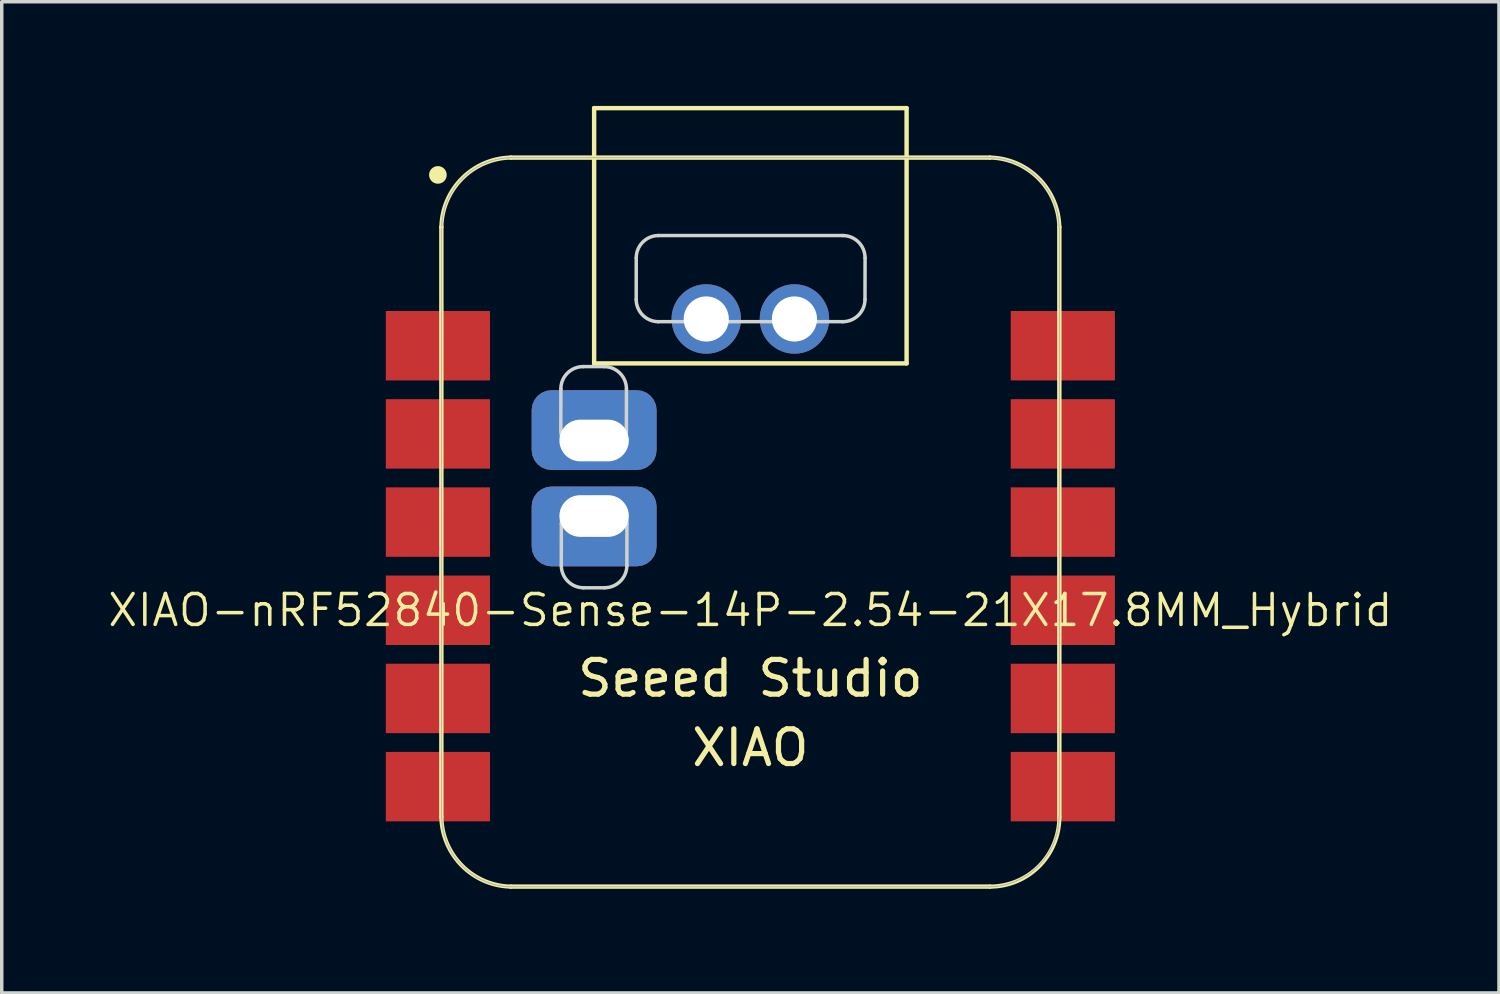
<source format=kicad_pcb>
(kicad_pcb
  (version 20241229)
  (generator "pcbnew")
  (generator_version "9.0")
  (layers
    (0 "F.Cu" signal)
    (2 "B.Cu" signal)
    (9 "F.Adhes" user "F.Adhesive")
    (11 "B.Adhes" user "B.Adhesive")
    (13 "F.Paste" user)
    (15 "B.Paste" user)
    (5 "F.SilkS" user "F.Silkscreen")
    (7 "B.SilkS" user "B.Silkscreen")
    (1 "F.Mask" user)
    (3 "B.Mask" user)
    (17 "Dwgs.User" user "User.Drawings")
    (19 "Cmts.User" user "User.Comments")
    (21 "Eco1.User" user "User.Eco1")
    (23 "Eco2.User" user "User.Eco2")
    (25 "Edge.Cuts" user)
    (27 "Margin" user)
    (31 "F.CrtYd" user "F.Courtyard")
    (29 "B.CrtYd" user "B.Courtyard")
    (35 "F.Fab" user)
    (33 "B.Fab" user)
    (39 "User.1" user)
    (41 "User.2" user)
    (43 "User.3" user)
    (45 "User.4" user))
  (footprint "XIAO-nRF52840-Sense-14P-2.54-21X17.8MM_Hybrid"
    (layer "F.Cu")
    (at 18.563 11.988)
    (property "Reference" "XIAO-nRF52840-Sense-14P-2.54-21X17.8MM_Hybrid" (at 0 2.54 0) (layer "F.SilkS") (effects (font (size 0.889 0.889) (thickness 0.102))))
    (attr smd)
    (fp_line (start -8.9 -8.5) (end -8.9 8.5) (stroke (width 0.127) (type solid)) (layer "F.SilkS"))
    (fp_line (start -6.9 10.5) (end 6.9 10.5) (stroke (width 0.127) (type solid)) (layer "F.SilkS"))
    (fp_line (start -4.5 -11.924) (end 4.5 -11.924) (stroke (width 0.127) (type solid)) (layer "F.SilkS"))
    (fp_line (start -4.5 -4.571) (end -4.5 -11.924) (stroke (width 0.127) (type solid)) (layer "F.SilkS"))
    (fp_line (start 4.5 -11.924) (end 4.5 -4.571) (stroke (width 0.127) (type solid)) (layer "F.SilkS"))
    (fp_line (start 4.5 -4.571) (end -4.5 -4.571) (stroke (width 0.127) (type solid)) (layer "F.SilkS"))
    (fp_line (start 6.9 -10.499) (end -6.9 -10.499) (stroke (width 0.127) (type solid)) (layer "F.SilkS"))
    (fp_line (start 8.9 8.5) (end 8.9 -8.5) (stroke (width 0.127) (type solid)) (layer "F.SilkS"))
    (fp_arc (start -8.9 -8.5) (mid -8.301491 -9.901491) (end -6.9 -10.5) (stroke (width 0.12) (type solid)) (layer "F.SilkS"))
    (fp_arc (start -6.9 10.5) (mid -8.301423 9.901423) (end -8.9 8.5) (stroke (width 0.12) (type solid)) (layer "F.SilkS"))
    (fp_arc (start 6.9 -10.5) (mid 8.301491 -9.901491) (end 8.9 -8.5) (stroke (width 0.12) (type solid)) (layer "F.SilkS"))
    (fp_arc (start 8.9 8.5) (mid 8.314214 9.914214) (end 6.9 10.5) (stroke (width 0.12) (type solid)) (layer "F.SilkS"))
    (fp_circle (center -9 -10) (end -9 -10.254) (stroke (width 0) (type solid)) (fill yes) (layer "F.SilkS"))
    (fp_poly (pts (xy -8.888 -8.562) (xy -8.885 -8.61) (xy -8.881 -8.659)) (stroke (width 0.025) (type solid)) (fill no) (layer "F.SilkS"))
    (fp_poly (pts (xy 8.889 8.522) (xy 8.888 8.571) (xy 8.885 8.62) (xy 8.881 8.669) (xy 8.875 8.717) (xy 8.869 8.766) (xy 8.861 8.815) (xy 8.852 8.863) (xy 8.842 8.911)) (stroke (width 0.025) (type solid)) (fill no) (layer "F.SilkS"))
    (fp_line (start -5.458 -3.835) (end -5.46 -2.64) (stroke (width 0.1) (type default)) (layer "Edge.Cuts"))
    (fp_line (start -5.445 0.054) (end -5.446 1.248) (stroke (width 0.1) (type default)) (layer "Edge.Cuts"))
    (fp_line (start -4.816 -1.996) (end -4.214 -1.996) (stroke (width 0.1) (type default)) (layer "Edge.Cuts"))
    (fp_line (start -4.815 -4.478) (end -4.213 -4.478) (stroke (width 0.1) (type default)) (layer "Edge.Cuts"))
    (fp_line (start -4.803 1.892) (end -4.2 1.892) (stroke (width 0.1) (type default)) (layer "Edge.Cuts"))
    (fp_line (start -4.801 -0.59) (end -4.199 -0.59) (stroke (width 0.1) (type default)) (layer "Edge.Cuts"))
    (fp_line (start -3.571 -2.64) (end -3.569 -3.835) (stroke (width 0.1) (type default)) (layer "Edge.Cuts"))
    (fp_line (start -3.557 1.248) (end -3.555 0.054) (stroke (width 0.1) (type default)) (layer "Edge.Cuts"))
    (fp_line (start -3.287 -7.61) (end -3.288 -6.415) (stroke (width 0.1) (type default)) (layer "Edge.Cuts"))
    (fp_line (start -2.645 -5.772) (end 2.658 -5.772) (stroke (width 0.1) (type default)) (layer "Edge.Cuts"))
    (fp_line (start -2.643 -8.254) (end 2.66 -8.254) (stroke (width 0.1) (type default)) (layer "Edge.Cuts"))
    (fp_line (start 3.302 -6.415) (end 3.304 -7.61) (stroke (width 0.1) (type default)) (layer "Edge.Cuts"))
    (fp_arc (start -5.458479 -3.834973) (mid -5.270001 -4.290001) (end -4.814973 -4.478479) (stroke (width 0.1) (type default)) (layer "Edge.Cuts"))
    (fp_arc (start -5.44462 0.053506) (mid -5.256142 -0.401522) (end -4.801114 -0.59) (stroke (width 0.1) (type default)) (layer "Edge.Cuts"))
    (fp_arc (start -4.816494 -1.996494) (mid -5.271522 -2.184972) (end -5.46 -2.64) (stroke (width 0.1) (type default)) (layer "Edge.Cuts"))
    (fp_arc (start -4.802635 1.891985) (mid -5.257663 1.703507) (end -5.446141 1.248479) (stroke (width 0.1) (type default)) (layer "Edge.Cuts"))
    (fp_arc (start -4.212745 -4.478479) (mid -3.757717 -4.290001) (end -3.569239 -3.834973) (stroke (width 0.1) (type default)) (layer "Edge.Cuts"))
    (fp_arc (start -4.198886 -0.59) (mid -3.743858 -0.401522) (end -3.55538 0.053506) (stroke (width 0.1) (type default)) (layer "Edge.Cuts"))
    (fp_arc (start -3.57076 -2.64) (mid -3.759238 -2.184972) (end -4.214266 -1.996494) (stroke (width 0.1) (type default)) (layer "Edge.Cuts"))
    (fp_arc (start -3.556901 1.248479) (mid -3.745379 1.703507) (end -4.200407 1.891985) (stroke (width 0.1) (type default)) (layer "Edge.Cuts"))
    (fp_arc (start -3.286957 -7.610001) (mid -3.098479 -8.065029) (end -2.643451 -8.253507) (stroke (width 0.1) (type default)) (layer "Edge.Cuts"))
    (fp_arc (start -2.644972 -5.771522) (mid -3.1 -5.96) (end -3.288478 -6.415028) (stroke (width 0.1) (type default)) (layer "Edge.Cuts"))
    (fp_arc (start 2.659999 -8.253507) (mid 3.115027 -8.065029) (end 3.303505 -7.610001) (stroke (width 0.1) (type default)) (layer "Edge.Cuts"))
    (fp_arc (start 3.301984 -6.415028) (mid 3.113506 -5.96) (end 2.658478 -5.771522) (stroke (width 0.1) (type default)) (layer "Edge.Cuts"))
    (fp_line (start -8.9 -8.463) (end -8.9 8.473) (stroke (width 0.025) (type solid)) (layer "F.Fab"))
    (fp_line (start -8.89 8.473) (end -8.889 8.522) (stroke (width 0.025) (type solid)) (layer "F.Fab"))
    (fp_line (start -8.889 8.522) (end -8.888 8.571) (stroke (width 0.025) (type solid)) (layer "F.Fab"))
    (fp_line (start -8.888 -8.562) (end -8.889 -8.512) (stroke (width 0.025) (type solid)) (layer "F.Fab"))
    (fp_line (start -8.888 8.571) (end -8.885 8.62) (stroke (width 0.025) (type solid)) (layer "F.Fab"))
    (fp_line (start -8.885 -8.61) (end -8.888 -8.562) (stroke (width 0.025) (type solid)) (layer "F.Fab"))
    (fp_line (start -8.885 8.62) (end -8.881 8.669) (stroke (width 0.025) (type solid)) (layer "F.Fab"))
    (fp_line (start -8.881 -8.659) (end -8.885 -8.61) (stroke (width 0.025) (type solid)) (layer "F.Fab"))
    (fp_line (start -8.881 8.669) (end -8.875 8.717) (stroke (width 0.025) (type solid)) (layer "F.Fab"))
    (fp_line (start -8.875 -8.708) (end -8.881 -8.659) (stroke (width 0.025) (type solid)) (layer "F.Fab"))
    (fp_line (start -8.875 8.717) (end -8.869 8.766) (stroke (width 0.025) (type solid)) (layer "F.Fab"))
    (fp_line (start -8.869 -8.757) (end -8.875 -8.708) (stroke (width 0.025) (type solid)) (layer "F.Fab"))
    (fp_line (start -8.869 8.766) (end -8.861 8.815) (stroke (width 0.025) (type solid)) (layer "F.Fab"))
    (fp_line (start -8.861 -8.806) (end -8.869 -8.757) (stroke (width 0.025) (type solid)) (layer "F.Fab"))
    (fp_line (start -8.861 8.815) (end -8.852 8.863) (stroke (width 0.025) (type solid)) (layer "F.Fab"))
    (fp_line (start -8.852 -8.854) (end -8.861 -8.806) (stroke (width 0.025) (type solid)) (layer "F.Fab"))
    (fp_line (start -8.852 8.863) (end -8.842 8.911) (stroke (width 0.025) (type solid)) (layer "F.Fab"))
    (fp_line (start -8.842 -8.902) (end -8.852 -8.854) (stroke (width 0.025) (type solid)) (layer "F.Fab"))
    (fp_line (start -8.842 8.911) (end -8.831 8.959) (stroke (width 0.025) (type solid)) (layer "F.Fab"))
    (fp_line (start -8.831 -8.95) (end -8.842 -8.902) (stroke (width 0.025) (type solid)) (layer "F.Fab"))
    (fp_line (start -8.831 8.959) (end -8.819 9.006) (stroke (width 0.025) (type solid)) (layer "F.Fab"))
    (fp_line (start -8.819 -8.997) (end -8.831 -8.95) (stroke (width 0.025) (type solid)) (layer "F.Fab"))
    (fp_line (start -8.819 9.006) (end -8.805 9.054) (stroke (width 0.025) (type solid)) (layer "F.Fab"))
    (fp_line (start -8.805 -9.045) (end -8.819 -8.997) (stroke (width 0.025) (type solid)) (layer "F.Fab"))
    (fp_line (start -8.805 9.054) (end -8.79 9.1) (stroke (width 0.025) (type solid)) (layer "F.Fab"))
    (fp_line (start -8.79 -9.091) (end -8.805 -9.045) (stroke (width 0.025) (type solid)) (layer "F.Fab"))
    (fp_line (start -8.79 9.1) (end -8.775 9.147) (stroke (width 0.025) (type solid)) (layer "F.Fab"))
    (fp_line (start -8.775 -9.138) (end -8.79 -9.091) (stroke (width 0.025) (type solid)) (layer "F.Fab"))
    (fp_line (start -8.775 9.147) (end -8.758 9.193) (stroke (width 0.025) (type solid)) (layer "F.Fab"))
    (fp_line (start -8.758 -9.184) (end -8.775 -9.138) (stroke (width 0.025) (type solid)) (layer "F.Fab"))
    (fp_line (start -8.758 9.193) (end -8.74 9.239) (stroke (width 0.025) (type solid)) (layer "F.Fab"))
    (fp_line (start -8.74 -9.23) (end -8.758 -9.184) (stroke (width 0.025) (type solid)) (layer "F.Fab"))
    (fp_line (start -8.74 9.239) (end -8.721 9.284) (stroke (width 0.025) (type solid)) (layer "F.Fab"))
    (fp_line (start -8.721 -9.275) (end -8.74 -9.23) (stroke (width 0.025) (type solid)) (layer "F.Fab"))
    (fp_line (start -8.721 9.284) (end -8.701 9.329) (stroke (width 0.025) (type solid)) (layer "F.Fab"))
    (fp_line (start -8.701 -9.32) (end -8.721 -9.275) (stroke (width 0.025) (type solid)) (layer "F.Fab"))
    (fp_line (start -8.701 9.329) (end -8.679 9.373) (stroke (width 0.025) (type solid)) (layer "F.Fab"))
    (fp_line (start -8.679 -9.364) (end -8.701 -9.32) (stroke (width 0.025) (type solid)) (layer "F.Fab"))
    (fp_line (start -8.679 9.373) (end -8.657 9.417) (stroke (width 0.025) (type solid)) (layer "F.Fab"))
    (fp_line (start -8.657 -9.408) (end -8.679 -9.364) (stroke (width 0.025) (type solid)) (layer "F.Fab"))
    (fp_line (start -8.657 9.417) (end -8.634 9.46) (stroke (width 0.025) (type solid)) (layer "F.Fab"))
    (fp_line (start -8.634 -9.451) (end -8.657 -9.408) (stroke (width 0.025) (type solid)) (layer "F.Fab"))
    (fp_line (start -8.634 9.46) (end -8.61 9.503) (stroke (width 0.025) (type solid)) (layer "F.Fab"))
    (fp_line (start -8.61 -9.494) (end -8.634 -9.451) (stroke (width 0.025) (type solid)) (layer "F.Fab"))
    (fp_line (start -8.61 9.503) (end -8.584 9.545) (stroke (width 0.025) (type solid)) (layer "F.Fab"))
    (fp_line (start -8.584 -9.536) (end -8.61 -9.494) (stroke (width 0.025) (type solid)) (layer "F.Fab"))
    (fp_line (start -8.584 9.545) (end -8.558 9.586) (stroke (width 0.025) (type solid)) (layer "F.Fab"))
    (fp_line (start -8.558 -9.577) (end -8.584 -9.536) (stroke (width 0.025) (type solid)) (layer "F.Fab"))
    (fp_line (start -8.558 9.586) (end -8.53 9.627) (stroke (width 0.025) (type solid)) (layer "F.Fab"))
    (fp_line (start -8.53 -9.618) (end -8.558 -9.577) (stroke (width 0.025) (type solid)) (layer "F.Fab"))
    (fp_line (start -8.53 9.627) (end -8.502 9.667) (stroke (width 0.025) (type solid)) (layer "F.Fab"))
    (fp_line (start -8.502 -9.658) (end -8.53 -9.618) (stroke (width 0.025) (type solid)) (layer "F.Fab"))
    (fp_line (start -8.502 9.667) (end -8.473 9.706) (stroke (width 0.025) (type solid)) (layer "F.Fab"))
    (fp_line (start -8.473 -9.697) (end -8.502 -9.658) (stroke (width 0.025) (type solid)) (layer "F.Fab"))
    (fp_line (start -8.473 9.706) (end -8.442 9.745) (stroke (width 0.025) (type solid)) (layer "F.Fab"))
    (fp_line (start -8.442 -9.736) (end -8.473 -9.697) (stroke (width 0.025) (type solid)) (layer "F.Fab"))
    (fp_line (start -8.442 9.745) (end -8.411 9.783) (stroke (width 0.025) (type solid)) (layer "F.Fab"))
    (fp_line (start -8.411 -9.774) (end -8.442 -9.736) (stroke (width 0.025) (type solid)) (layer "F.Fab"))
    (fp_line (start -8.411 9.783) (end -8.379 9.82) (stroke (width 0.025) (type solid)) (layer "F.Fab"))
    (fp_line (start -8.379 -9.811) (end -8.411 -9.774) (stroke (width 0.025) (type solid)) (layer "F.Fab"))
    (fp_line (start -8.379 9.82) (end -8.346 9.856) (stroke (width 0.025) (type solid)) (layer "F.Fab"))
    (fp_line (start -8.346 -9.847) (end -8.379 -9.811) (stroke (width 0.025) (type solid)) (layer "F.Fab"))
    (fp_line (start -8.346 9.856) (end -8.312 9.892) (stroke (width 0.025) (type solid)) (layer "F.Fab"))
    (fp_line (start -8.312 -9.883) (end -8.346 -9.847) (stroke (width 0.025) (type solid)) (layer "F.Fab"))
    (fp_line (start -8.312 9.892) (end -8.277 9.927) (stroke (width 0.025) (type solid)) (layer "F.Fab"))
    (fp_line (start -8.277 -9.918) (end -8.312 -9.883) (stroke (width 0.025) (type solid)) (layer "F.Fab"))
    (fp_line (start -8.277 9.927) (end -8.242 9.96) (stroke (width 0.025) (type solid)) (layer "F.Fab"))
    (fp_line (start -8.242 -9.951) (end -8.277 -9.918) (stroke (width 0.025) (type solid)) (layer "F.Fab"))
    (fp_line (start -8.242 9.96) (end -8.205 9.994) (stroke (width 0.025) (type solid)) (layer "F.Fab"))
    (fp_line (start -8.205 -9.984) (end -8.242 -9.951) (stroke (width 0.025) (type solid)) (layer "F.Fab"))
    (fp_line (start -8.205 9.994) (end -8.168 10.026) (stroke (width 0.025) (type solid)) (layer "F.Fab"))
    (fp_line (start -8.168 -10.017) (end -8.205 -9.984) (stroke (width 0.025) (type solid)) (layer "F.Fab"))
    (fp_line (start -8.168 10.026) (end -8.13 10.057) (stroke (width 0.025) (type solid)) (layer "F.Fab"))
    (fp_line (start -8.13 -10.048) (end -8.168 -10.017) (stroke (width 0.025) (type solid)) (layer "F.Fab"))
    (fp_line (start -8.13 10.057) (end -8.092 10.087) (stroke (width 0.025) (type solid)) (layer "F.Fab"))
    (fp_line (start -8.092 -10.078) (end -8.13 -10.048) (stroke (width 0.025) (type solid)) (layer "F.Fab"))
    (fp_line (start -8.092 10.087) (end -8.052 10.116) (stroke (width 0.025) (type solid)) (layer "F.Fab"))
    (fp_line (start -8.052 -10.107) (end -8.092 -10.078) (stroke (width 0.025) (type solid)) (layer "F.Fab"))
    (fp_line (start -8.052 10.116) (end -8.012 10.145) (stroke (width 0.025) (type solid)) (layer "F.Fab"))
    (fp_line (start -8.012 -10.136) (end -8.052 -10.107) (stroke (width 0.025) (type solid)) (layer "F.Fab"))
    (fp_line (start -8.012 10.145) (end -7.972 10.172) (stroke (width 0.025) (type solid)) (layer "F.Fab"))
    (fp_line (start -7.972 -10.163) (end -8.012 -10.136) (stroke (width 0.025) (type solid)) (layer "F.Fab"))
    (fp_line (start -7.972 10.172) (end -7.93 10.199) (stroke (width 0.025) (type solid)) (layer "F.Fab"))
    (fp_line (start -7.93 -10.19) (end -7.972 -10.163) (stroke (width 0.025) (type solid)) (layer "F.Fab"))
    (fp_line (start -7.93 10.199) (end -7.888 10.224) (stroke (width 0.025) (type solid)) (layer "F.Fab"))
    (fp_line (start -7.888 -10.215) (end -7.93 -10.19) (stroke (width 0.025) (type solid)) (layer "F.Fab"))
    (fp_line (start -7.888 10.224) (end -7.846 10.249) (stroke (width 0.025) (type solid)) (layer "F.Fab"))
    (fp_line (start -7.846 -10.239) (end -7.888 -10.215) (stroke (width 0.025) (type solid)) (layer "F.Fab"))
    (fp_line (start -7.846 10.249) (end -7.802 10.272) (stroke (width 0.025) (type solid)) (layer "F.Fab"))
    (fp_line (start -7.802 -10.263) (end -7.846 -10.239) (stroke (width 0.025) (type solid)) (layer "F.Fab"))
    (fp_line (start -7.802 10.272) (end -7.759 10.294) (stroke (width 0.025) (type solid)) (layer "F.Fab"))
    (fp_line (start -7.759 -10.285) (end -7.802 -10.263) (stroke (width 0.025) (type solid)) (layer "F.Fab"))
    (fp_line (start -7.759 10.294) (end -7.714 10.315) (stroke (width 0.025) (type solid)) (layer "F.Fab"))
    (fp_line (start -7.714 -10.306) (end -7.759 -10.285) (stroke (width 0.025) (type solid)) (layer "F.Fab"))
    (fp_line (start -7.714 10.315) (end -7.67 10.335) (stroke (width 0.025) (type solid)) (layer "F.Fab"))
    (fp_line (start -7.67 -10.326) (end -7.714 -10.306) (stroke (width 0.025) (type solid)) (layer "F.Fab"))
    (fp_line (start -7.67 10.335) (end -7.624 10.354) (stroke (width 0.025) (type solid)) (layer "F.Fab"))
    (fp_line (start -7.624 -10.345) (end -7.67 -10.326) (stroke (width 0.025) (type solid)) (layer "F.Fab"))
    (fp_line (start -7.624 10.354) (end -7.579 10.372) (stroke (width 0.025) (type solid)) (layer "F.Fab"))
    (fp_line (start -7.579 -10.363) (end -7.624 -10.345) (stroke (width 0.025) (type solid)) (layer "F.Fab"))
    (fp_line (start -7.579 10.372) (end -7.532 10.389) (stroke (width 0.025) (type solid)) (layer "F.Fab"))
    (fp_line (start -7.532 -10.38) (end -7.579 -10.363) (stroke (width 0.025) (type solid)) (layer "F.Fab"))
    (fp_line (start -7.532 10.389) (end -7.486 10.405) (stroke (width 0.025) (type solid)) (layer "F.Fab"))
    (fp_line (start -7.486 -10.396) (end -7.532 -10.38) (stroke (width 0.025) (type solid)) (layer "F.Fab"))
    (fp_line (start -7.486 10.405) (end -7.439 10.42) (stroke (width 0.025) (type solid)) (layer "F.Fab"))
    (fp_line (start -7.439 -10.411) (end -7.486 -10.396) (stroke (width 0.025) (type solid)) (layer "F.Fab"))
    (fp_line (start -7.439 10.42) (end -7.392 10.433) (stroke (width 0.025) (type solid)) (layer "F.Fab"))
    (fp_line (start -7.392 -10.424) (end -7.439 -10.411) (stroke (width 0.025) (type solid)) (layer "F.Fab"))
    (fp_line (start -7.392 10.433) (end -7.344 10.446) (stroke (width 0.025) (type solid)) (layer "F.Fab"))
    (fp_line (start -7.344 -10.436) (end -7.392 -10.424) (stroke (width 0.025) (type solid)) (layer "F.Fab"))
    (fp_line (start -7.344 10.446) (end -7.296 10.457) (stroke (width 0.025) (type solid)) (layer "F.Fab"))
    (fp_line (start -7.296 -10.448) (end -7.344 -10.436) (stroke (width 0.025) (type solid)) (layer "F.Fab"))
    (fp_line (start -7.296 10.457) (end -7.248 10.467) (stroke (width 0.025) (type solid)) (layer "F.Fab"))
    (fp_line (start -7.248 -10.458) (end -7.296 -10.448) (stroke (width 0.025) (type solid)) (layer "F.Fab"))
    (fp_line (start -7.248 10.467) (end -7.2 10.476) (stroke (width 0.025) (type solid)) (layer "F.Fab"))
    (fp_line (start -7.2 -10.466) (end -7.248 -10.458) (stroke (width 0.025) (type solid)) (layer "F.Fab"))
    (fp_line (start -7.2 10.476) (end -7.152 10.483) (stroke (width 0.025) (type solid)) (layer "F.Fab"))
    (fp_line (start -7.152 -10.474) (end -7.2 -10.466) (stroke (width 0.025) (type solid)) (layer "F.Fab"))
    (fp_line (start -7.152 10.483) (end -7.103 10.49) (stroke (width 0.025) (type solid)) (layer "F.Fab"))
    (fp_line (start -7.103 -10.481) (end -7.152 -10.474) (stroke (width 0.025) (type solid)) (layer "F.Fab"))
    (fp_line (start -7.103 10.49) (end -7.054 10.495) (stroke (width 0.025) (type solid)) (layer "F.Fab"))
    (fp_line (start -7.054 -10.486) (end -7.103 -10.481) (stroke (width 0.025) (type solid)) (layer "F.Fab"))
    (fp_line (start -7.054 10.495) (end -7.005 10.499) (stroke (width 0.025) (type solid)) (layer "F.Fab"))
    (fp_line (start -7.005 -10.49) (end -7.054 -10.486) (stroke (width 0.025) (type solid)) (layer "F.Fab"))
    (fp_line (start -7.005 10.499) (end -6.956 10.502) (stroke (width 0.025) (type solid)) (layer "F.Fab"))
    (fp_line (start -6.956 -10.493) (end -7.005 -10.49) (stroke (width 0.025) (type solid)) (layer "F.Fab"))
    (fp_line (start -6.956 10.502) (end -6.907 10.504) (stroke (width 0.025) (type solid)) (layer "F.Fab"))
    (fp_line (start -6.907 -10.495) (end -6.956 -10.493) (stroke (width 0.025) (type solid)) (layer "F.Fab"))
    (fp_line (start -6.907 10.504) (end -6.858 10.505) (stroke (width 0.025) (type solid)) (layer "F.Fab"))
    (fp_line (start -6.858 -10.495) (end -6.907 -10.495) (stroke (width 0.025) (type solid)) (layer "F.Fab"))
    (fp_line (start -6.858 10.505) (end 6.858 10.505) (stroke (width 0.025) (type solid)) (layer "F.Fab"))
    (fp_line (start 6.858 -10.495) (end -6.858 -10.495) (stroke (width 0.025) (type solid)) (layer "F.Fab"))
    (fp_line (start 6.858 10.505) (end 6.907 10.504) (stroke (width 0.025) (type solid)) (layer "F.Fab"))
    (fp_line (start 6.907 -10.495) (end 6.858 -10.495) (stroke (width 0.025) (type solid)) (layer "F.Fab"))
    (fp_line (start 6.907 10.504) (end 6.956 10.502) (stroke (width 0.025) (type solid)) (layer "F.Fab"))
    (fp_line (start 6.956 -10.493) (end 6.907 -10.495) (stroke (width 0.025) (type solid)) (layer "F.Fab"))
    (fp_line (start 6.956 10.502) (end 7.005 10.499) (stroke (width 0.025) (type solid)) (layer "F.Fab"))
    (fp_line (start 7.005 -10.49) (end 6.956 -10.493) (stroke (width 0.025) (type solid)) (layer "F.Fab"))
    (fp_line (start 7.005 10.499) (end 7.054 10.495) (stroke (width 0.025) (type solid)) (layer "F.Fab"))
    (fp_line (start 7.054 -10.486) (end 7.005 -10.49) (stroke (width 0.025) (type solid)) (layer "F.Fab"))
    (fp_line (start 7.054 10.495) (end 7.103 10.49) (stroke (width 0.025) (type solid)) (layer "F.Fab"))
    (fp_line (start 7.103 -10.481) (end 7.054 -10.486) (stroke (width 0.025) (type solid)) (layer "F.Fab"))
    (fp_line (start 7.103 10.49) (end 7.152 10.483) (stroke (width 0.025) (type solid)) (layer "F.Fab"))
    (fp_line (start 7.152 -10.474) (end 7.103 -10.481) (stroke (width 0.025) (type solid)) (layer "F.Fab"))
    (fp_line (start 7.152 10.483) (end 7.2 10.476) (stroke (width 0.025) (type solid)) (layer "F.Fab"))
    (fp_line (start 7.2 -10.466) (end 7.152 -10.474) (stroke (width 0.025) (type solid)) (layer "F.Fab"))
    (fp_line (start 7.2 10.476) (end 7.248 10.467) (stroke (width 0.025) (type solid)) (layer "F.Fab"))
    (fp_line (start 7.248 -10.458) (end 7.2 -10.466) (stroke (width 0.025) (type solid)) (layer "F.Fab"))
    (fp_line (start 7.248 10.467) (end 7.296 10.457) (stroke (width 0.025) (type solid)) (layer "F.Fab"))
    (fp_line (start 7.296 -10.448) (end 7.248 -10.458) (stroke (width 0.025) (type solid)) (layer "F.Fab"))
    (fp_line (start 7.296 10.457) (end 7.344 10.446) (stroke (width 0.025) (type solid)) (layer "F.Fab"))
    (fp_line (start 7.344 -10.436) (end 7.296 -10.448) (stroke (width 0.025) (type solid)) (layer "F.Fab"))
    (fp_line (start 7.344 10.446) (end 7.392 10.433) (stroke (width 0.025) (type solid)) (layer "F.Fab"))
    (fp_line (start 7.392 -10.424) (end 7.344 -10.436) (stroke (width 0.025) (type solid)) (layer "F.Fab"))
    (fp_line (start 7.392 10.433) (end 7.439 10.42) (stroke (width 0.025) (type solid)) (layer "F.Fab"))
    (fp_line (start 7.439 -10.411) (end 7.392 -10.424) (stroke (width 0.025) (type solid)) (layer "F.Fab"))
    (fp_line (start 7.439 10.42) (end 7.486 10.405) (stroke (width 0.025) (type solid)) (layer "F.Fab"))
    (fp_line (start 7.486 -10.396) (end 7.439 -10.411) (stroke (width 0.025) (type solid)) (layer "F.Fab"))
    (fp_line (start 7.486 10.405) (end 7.532 10.389) (stroke (width 0.025) (type solid)) (layer "F.Fab"))
    (fp_line (start 7.532 -10.38) (end 7.486 -10.396) (stroke (width 0.025) (type solid)) (layer "F.Fab"))
    (fp_line (start 7.532 10.389) (end 7.579 10.372) (stroke (width 0.025) (type solid)) (layer "F.Fab"))
    (fp_line (start 7.579 -10.363) (end 7.532 -10.38) (stroke (width 0.025) (type solid)) (layer "F.Fab"))
    (fp_line (start 7.579 10.372) (end 7.624 10.354) (stroke (width 0.025) (type solid)) (layer "F.Fab"))
    (fp_line (start 7.624 -10.345) (end 7.579 -10.363) (stroke (width 0.025) (type solid)) (layer "F.Fab"))
    (fp_line (start 7.624 10.354) (end 7.67 10.335) (stroke (width 0.025) (type solid)) (layer "F.Fab"))
    (fp_line (start 7.67 -10.326) (end 7.624 -10.345) (stroke (width 0.025) (type solid)) (layer "F.Fab"))
    (fp_line (start 7.67 10.335) (end 7.714 10.315) (stroke (width 0.025) (type solid)) (layer "F.Fab"))
    (fp_line (start 7.714 -10.306) (end 7.67 -10.326) (stroke (width 0.025) (type solid)) (layer "F.Fab"))
    (fp_line (start 7.714 10.315) (end 7.759 10.294) (stroke (width 0.025) (type solid)) (layer "F.Fab"))
    (fp_line (start 7.759 -10.285) (end 7.714 -10.306) (stroke (width 0.025) (type solid)) (layer "F.Fab"))
    (fp_line (start 7.759 10.294) (end 7.802 10.272) (stroke (width 0.025) (type solid)) (layer "F.Fab"))
    (fp_line (start 7.802 -10.263) (end 7.759 -10.285) (stroke (width 0.025) (type solid)) (layer "F.Fab"))
    (fp_line (start 7.802 10.272) (end 7.846 10.249) (stroke (width 0.025) (type solid)) (layer "F.Fab"))
    (fp_line (start 7.846 -10.239) (end 7.802 -10.263) (stroke (width 0.025) (type solid)) (layer "F.Fab"))
    (fp_line (start 7.846 10.249) (end 7.888 10.224) (stroke (width 0.025) (type solid)) (layer "F.Fab"))
    (fp_line (start 7.888 -10.215) (end 7.846 -10.239) (stroke (width 0.025) (type solid)) (layer "F.Fab"))
    (fp_line (start 7.888 10.224) (end 7.93 10.199) (stroke (width 0.025) (type solid)) (layer "F.Fab"))
    (fp_line (start 7.93 -10.19) (end 7.888 -10.215) (stroke (width 0.025) (type solid)) (layer "F.Fab"))
    (fp_line (start 7.93 10.199) (end 7.972 10.172) (stroke (width 0.025) (type solid)) (layer "F.Fab"))
    (fp_line (start 7.972 -10.163) (end 7.93 -10.19) (stroke (width 0.025) (type solid)) (layer "F.Fab"))
    (fp_line (start 7.972 10.172) (end 8.012 10.145) (stroke (width 0.025) (type solid)) (layer "F.Fab"))
    (fp_line (start 8.012 -10.136) (end 7.972 -10.163) (stroke (width 0.025) (type solid)) (layer "F.Fab"))
    (fp_line (start 8.012 10.145) (end 8.052 10.116) (stroke (width 0.025) (type solid)) (layer "F.Fab"))
    (fp_line (start 8.052 -10.107) (end 8.012 -10.136) (stroke (width 0.025) (type solid)) (layer "F.Fab"))
    (fp_line (start 8.052 10.116) (end 8.092 10.087) (stroke (width 0.025) (type solid)) (layer "F.Fab"))
    (fp_line (start 8.092 -10.078) (end 8.052 -10.107) (stroke (width 0.025) (type solid)) (layer "F.Fab"))
    (fp_line (start 8.092 10.087) (end 8.13 10.057) (stroke (width 0.025) (type solid)) (layer "F.Fab"))
    (fp_line (start 8.13 -10.048) (end 8.092 -10.078) (stroke (width 0.025) (type solid)) (layer "F.Fab"))
    (fp_line (start 8.13 10.057) (end 8.168 10.026) (stroke (width 0.025) (type solid)) (layer "F.Fab"))
    (fp_line (start 8.168 -10.017) (end 8.13 -10.048) (stroke (width 0.025) (type solid)) (layer "F.Fab"))
    (fp_line (start 8.168 10.026) (end 8.205 9.994) (stroke (width 0.025) (type solid)) (layer "F.Fab"))
    (fp_line (start 8.205 -9.984) (end 8.168 -10.017) (stroke (width 0.025) (type solid)) (layer "F.Fab"))
    (fp_line (start 8.205 9.994) (end 8.242 9.96) (stroke (width 0.025) (type solid)) (layer "F.Fab"))
    (fp_line (start 8.242 -9.951) (end 8.205 -9.984) (stroke (width 0.025) (type solid)) (layer "F.Fab"))
    (fp_line (start 8.242 9.96) (end 8.277 9.927) (stroke (width 0.025) (type solid)) (layer "F.Fab"))
    (fp_line (start 8.277 -9.918) (end 8.242 -9.951) (stroke (width 0.025) (type solid)) (layer "F.Fab"))
    (fp_line (start 8.277 9.927) (end 8.312 9.892) (stroke (width 0.025) (type solid)) (layer "F.Fab"))
    (fp_line (start 8.312 -9.883) (end 8.277 -9.918) (stroke (width 0.025) (type solid)) (layer "F.Fab"))
    (fp_line (start 8.312 9.892) (end 8.346 9.856) (stroke (width 0.025) (type solid)) (layer "F.Fab"))
    (fp_line (start 8.346 -9.847) (end 8.312 -9.883) (stroke (width 0.025) (type solid)) (layer "F.Fab"))
    (fp_line (start 8.346 9.856) (end 8.379 9.82) (stroke (width 0.025) (type solid)) (layer "F.Fab"))
    (fp_line (start 8.379 -9.811) (end 8.346 -9.847) (stroke (width 0.025) (type solid)) (layer "F.Fab"))
    (fp_line (start 8.379 9.82) (end 8.411 9.783) (stroke (width 0.025) (type solid)) (layer "F.Fab"))
    (fp_line (start 8.411 -9.774) (end 8.379 -9.811) (stroke (width 0.025) (type solid)) (layer "F.Fab"))
    (fp_line (start 8.411 9.783) (end 8.442 9.745) (stroke (width 0.025) (type solid)) (layer "F.Fab"))
    (fp_line (start 8.442 -9.736) (end 8.411 -9.774) (stroke (width 0.025) (type solid)) (layer "F.Fab"))
    (fp_line (start 8.442 9.745) (end 8.473 9.706) (stroke (width 0.025) (type solid)) (layer "F.Fab"))
    (fp_line (start 8.473 -9.697) (end 8.442 -9.736) (stroke (width 0.025) (type solid)) (layer "F.Fab"))
    (fp_line (start 8.473 9.706) (end 8.502 9.667) (stroke (width 0.025) (type solid)) (layer "F.Fab"))
    (fp_line (start 8.502 -9.658) (end 8.473 -9.697) (stroke (width 0.025) (type solid)) (layer "F.Fab"))
    (fp_line (start 8.502 9.667) (end 8.53 9.627) (stroke (width 0.025) (type solid)) (layer "F.Fab"))
    (fp_line (start 8.53 -9.618) (end 8.502 -9.658) (stroke (width 0.025) (type solid)) (layer "F.Fab"))
    (fp_line (start 8.53 9.627) (end 8.558 9.586) (stroke (width 0.025) (type solid)) (layer "F.Fab"))
    (fp_line (start 8.558 -9.577) (end 8.53 -9.618) (stroke (width 0.025) (type solid)) (layer "F.Fab"))
    (fp_line (start 8.558 9.586) (end 8.584 9.545) (stroke (width 0.025) (type solid)) (layer "F.Fab"))
    (fp_line (start 8.584 -9.536) (end 8.558 -9.577) (stroke (width 0.025) (type solid)) (layer "F.Fab"))
    (fp_line (start 8.584 9.545) (end 8.61 9.503) (stroke (width 0.025) (type solid)) (layer "F.Fab"))
    (fp_line (start 8.61 -9.494) (end 8.584 -9.536) (stroke (width 0.025) (type solid)) (layer "F.Fab"))
    (fp_line (start 8.61 9.503) (end 8.634 9.46) (stroke (width 0.025) (type solid)) (layer "F.Fab"))
    (fp_line (start 8.634 -9.451) (end 8.61 -9.494) (stroke (width 0.025) (type solid)) (layer "F.Fab"))
    (fp_line (start 8.634 9.46) (end 8.657 9.417) (stroke (width 0.025) (type solid)) (layer "F.Fab"))
    (fp_line (start 8.657 -9.408) (end 8.634 -9.451) (stroke (width 0.025) (type solid)) (layer "F.Fab"))
    (fp_line (start 8.657 9.417) (end 8.679 9.373) (stroke (width 0.025) (type solid)) (layer "F.Fab"))
    (fp_line (start 8.679 -9.364) (end 8.657 -9.408) (stroke (width 0.025) (type solid)) (layer "F.Fab"))
    (fp_line (start 8.679 9.373) (end 8.701 9.329) (stroke (width 0.025) (type solid)) (layer "F.Fab"))
    (fp_line (start 8.701 -9.32) (end 8.679 -9.364) (stroke (width 0.025) (type solid)) (layer "F.Fab"))
    (fp_line (start 8.701 9.329) (end 8.721 9.284) (stroke (width 0.025) (type solid)) (layer "F.Fab"))
    (fp_line (start 8.721 -9.275) (end 8.701 -9.32) (stroke (width 0.025) (type solid)) (layer "F.Fab"))
    (fp_line (start 8.721 9.284) (end 8.74 9.239) (stroke (width 0.025) (type solid)) (layer "F.Fab"))
    (fp_line (start 8.74 -9.23) (end 8.721 -9.275) (stroke (width 0.025) (type solid)) (layer "F.Fab"))
    (fp_line (start 8.74 9.239) (end 8.758 9.193) (stroke (width 0.025) (type solid)) (layer "F.Fab"))
    (fp_line (start 8.758 -9.184) (end 8.74 -9.23) (stroke (width 0.025) (type solid)) (layer "F.Fab"))
    (fp_line (start 8.758 9.193) (end 8.775 9.147) (stroke (width 0.025) (type solid)) (layer "F.Fab"))
    (fp_line (start 8.775 -9.138) (end 8.758 -9.184) (stroke (width 0.025) (type solid)) (layer "F.Fab"))
    (fp_line (start 8.775 9.147) (end 8.79 9.1) (stroke (width 0.025) (type solid)) (layer "F.Fab"))
    (fp_line (start 8.79 -9.091) (end 8.775 -9.138) (stroke (width 0.025) (type solid)) (layer "F.Fab"))
    (fp_line (start 8.79 9.1) (end 8.805 9.054) (stroke (width 0.025) (type solid)) (layer "F.Fab"))
    (fp_line (start 8.805 -9.045) (end 8.79 -9.091) (stroke (width 0.025) (type solid)) (layer "F.Fab"))
    (fp_line (start 8.805 9.054) (end 8.819 9.006) (stroke (width 0.025) (type solid)) (layer "F.Fab"))
    (fp_line (start 8.819 -8.997) (end 8.805 -9.045) (stroke (width 0.025) (type solid)) (layer "F.Fab"))
    (fp_line (start 8.819 9.006) (end 8.831 8.959) (stroke (width 0.025) (type solid)) (layer "F.Fab"))
    (fp_line (start 8.831 -8.95) (end 8.819 -8.997) (stroke (width 0.025) (type solid)) (layer "F.Fab"))
    (fp_line (start 8.831 8.959) (end 8.842 8.911) (stroke (width 0.025) (type solid)) (layer "F.Fab"))
    (fp_line (start 8.842 -8.902) (end 8.831 -8.95) (stroke (width 0.025) (type solid)) (layer "F.Fab"))
    (fp_line (start 8.842 8.911) (end 8.852 8.863) (stroke (width 0.025) (type solid)) (layer "F.Fab"))
    (fp_line (start 8.852 -8.854) (end 8.842 -8.902) (stroke (width 0.025) (type solid)) (layer "F.Fab"))
    (fp_line (start 8.852 8.863) (end 8.861 8.815) (stroke (width 0.025) (type solid)) (layer "F.Fab"))
    (fp_line (start 8.861 -8.806) (end 8.852 -8.854) (stroke (width 0.025) (type solid)) (layer "F.Fab"))
    (fp_line (start 8.861 8.815) (end 8.869 8.766) (stroke (width 0.025) (type solid)) (layer "F.Fab"))
    (fp_line (start 8.869 -8.757) (end 8.861 -8.806) (stroke (width 0.025) (type solid)) (layer "F.Fab"))
    (fp_line (start 8.869 8.766) (end 8.875 8.717) (stroke (width 0.025) (type solid)) (layer "F.Fab"))
    (fp_line (start 8.875 -8.708) (end 8.869 -8.757) (stroke (width 0.025) (type solid)) (layer "F.Fab"))
    (fp_line (start 8.875 8.717) (end 8.881 8.669) (stroke (width 0.025) (type solid)) (layer "F.Fab"))
    (fp_line (start 8.881 -8.659) (end 8.875 -8.708) (stroke (width 0.025) (type solid)) (layer "F.Fab"))
    (fp_line (start 8.881 8.669) (end 8.885 8.62) (stroke (width 0.025) (type solid)) (layer "F.Fab"))
    (fp_line (start 8.885 -8.61) (end 8.881 -8.659) (stroke (width 0.025) (type solid)) (layer "F.Fab"))
    (fp_line (start 8.885 8.62) (end 8.888 8.571) (stroke (width 0.025) (type solid)) (layer "F.Fab"))
    (fp_line (start 8.888 -8.562) (end 8.885 -8.61) (stroke (width 0.025) (type solid)) (layer "F.Fab"))
    (fp_line (start 8.888 8.571) (end 8.889 8.522) (stroke (width 0.025) (type solid)) (layer "F.Fab"))
    (fp_line (start 8.889 -8.512) (end 8.888 -8.562) (stroke (width 0.025) (type solid)) (layer "F.Fab"))
    (fp_line (start 8.889 8.522) (end 8.89 8.473) (stroke (width 0.025) (type solid)) (layer "F.Fab"))
    (fp_line (start 8.89 -8.463) (end 8.889 -8.512) (stroke (width 0.025) (type solid)) (layer "F.Fab"))
    (fp_line (start 8.9 8.473) (end 8.9 -8.463) (stroke (width 0.025) (type solid)) (layer "F.Fab"))
    (fp_line (start -7.14 -1.05) (end -5.3 -1.05) (stroke (width 0.1) (type default)) (layer "User.9"))
    (fp_line (start -5.3 -1.48) (end -7.13 -1.48) (stroke (width 0.1) (type default)) (layer "User.9"))
    (fp_rect (start -5.65 -2.82) (end -3.35 -1.57) (stroke (width 0.1) (type default)) (fill no) (layer "User.9"))
    (fp_rect (start -5.65 -0.93) (end -3.35 0.38) (stroke (width 0.1) (type default)) (fill no) (layer "User.9"))
    (fp_text user "XIAO" (at 0 6.5 0) (unlocked yes) (layer "F.SilkS") (effects (font (size 1 1) (thickness 0.15))))
    (fp_text user "Seeed Studio" (at 0 4.5 0) (unlocked yes) (layer "F.SilkS") (effects (font (size 1 1) (thickness 0.15))))
    (pad "2" smd rect (at -9 -5.08) (size 3 2) (layers "F.Cu" "F.Mask" "F.Paste"))
    (pad "3" smd rect (at -9 -2.54) (size 3 2) (layers "F.Cu" "F.Mask" "F.Paste"))
    (pad "4" smd rect (at -9 0) (size 3 2) (layers "F.Cu" "F.Mask" "F.Paste"))
    (pad "5" smd rect (at -9 2.54) (size 3 2) (layers "F.Cu" "F.Mask" "F.Paste"))
    (pad "6" smd rect (at -9 5.08 180) (size 3 2) (layers "F.Cu" "F.Mask" "F.Paste"))
    (pad "7" smd rect (at -9 7.62) (size 3 2) (layers "F.Cu" "F.Mask" "F.Paste"))
    (pad "8" smd rect (at 9 7.62) (size 3 2) (layers "F.Cu" "F.Mask" "F.Paste"))
    (pad "9" smd rect (at 9 5.08) (size 3 2) (layers "F.Cu" "F.Mask" "F.Paste"))
    (pad "10" smd rect (at 9 2.54) (size 3 2) (layers "F.Cu" "F.Mask" "F.Paste"))
    (pad "11" smd rect (at 9 0) (size 3 2) (layers "F.Cu" "F.Mask" "F.Paste"))
    (pad "12" smd rect (at 9 -2.54) (size 3 2) (layers "F.Cu" "F.Mask" "F.Paste"))
    (pad "13" smd rect (at 9 -5.08) (size 3 2) (layers "F.Cu" "F.Mask" "F.Paste"))
    (pad "19" thru_hole circle (at -1.27 -5.85 90) (size 2 2) (drill 1.3) (layers "*.Cu" "*.Mask"))
    (pad "20" thru_hole circle (at 1.27 -5.85 90) (size 2 2) (drill 1.3) (layers "*.Cu" "*.Mask"))
    (pad "21" thru_hole roundrect (at -4.5 -2.35 180) (size 3.6 2.3) (drill oval 2 1.2 (offset 0 0.3)) (layers "*.Cu" "*.Mask") (roundrect_rratio 0.25))
    (pad "22" thru_hole roundrect (at -4.5 -0.175 180) (size 3.6 2.3) (drill oval 2 1.2 (offset 0 -0.3)) (layers "*.Cu" "*.Mask") (roundrect_rratio 0.25)))
  (gr_rect
    (start -3 -3)
    (end 40.126 25.551)
    (stroke (width 0.1) (type default))
    (fill no)
    (layer "Edge.Cuts")))
</source>
